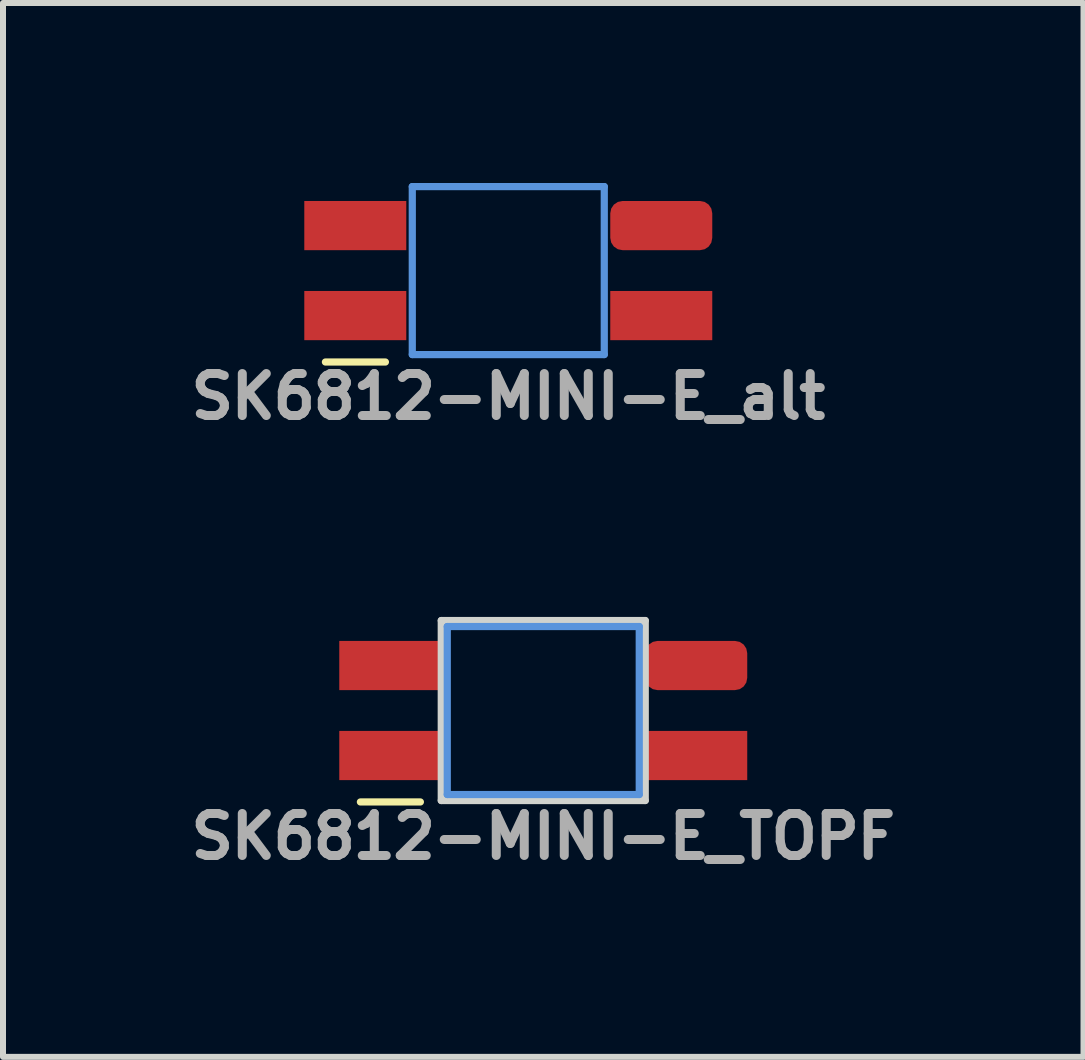
<source format=kicad_pcb>
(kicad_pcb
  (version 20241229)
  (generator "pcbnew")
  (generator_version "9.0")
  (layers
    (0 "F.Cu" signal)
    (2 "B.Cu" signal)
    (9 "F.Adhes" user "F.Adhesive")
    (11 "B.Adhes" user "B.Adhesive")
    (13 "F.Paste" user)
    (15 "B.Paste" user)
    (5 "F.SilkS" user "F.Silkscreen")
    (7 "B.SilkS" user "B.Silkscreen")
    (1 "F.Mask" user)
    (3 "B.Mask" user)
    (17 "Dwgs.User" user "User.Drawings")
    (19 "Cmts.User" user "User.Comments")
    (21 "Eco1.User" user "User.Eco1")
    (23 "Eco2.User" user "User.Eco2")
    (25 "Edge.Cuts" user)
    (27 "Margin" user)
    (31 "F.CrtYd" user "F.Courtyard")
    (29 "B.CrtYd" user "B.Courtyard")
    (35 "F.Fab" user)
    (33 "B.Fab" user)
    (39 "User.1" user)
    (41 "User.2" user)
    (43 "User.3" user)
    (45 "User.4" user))
  (footprint "SK6812-MINI-E_TOPF"
    (layer "F.Cu")
    (at 6.005 8.793)
    (property "Reference" "SK6812-MINI-E_TOPF" (at 0 2.1 0) (unlocked yes) (layer "F.Fab") (effects (font (size 0.7 0.7) (thickness 0.15))))
    (attr through_hole)
    (fp_line (start -2.048 1.524) (end -3.048 1.524) (stroke (width 0.12) (type solid)) (layer "F.SilkS"))
    (fp_line (start -1.6 -1.4) (end 1.6 -1.4) (stroke (width 0.12) (type solid)) (layer "Cmts.User"))
    (fp_line (start -1.6 1.4) (end -1.6 -1.4) (stroke (width 0.12) (type solid)) (layer "Cmts.User"))
    (fp_line (start 1.6 -1.4) (end 1.6 1.4) (stroke (width 0.12) (type solid)) (layer "Cmts.User"))
    (fp_line (start 1.6 1.4) (end -1.6 1.4) (stroke (width 0.12) (type solid)) (layer "Cmts.User"))
    (fp_line (start -1.7 -1.5) (end 1.7 -1.5) (stroke (width 0.12) (type solid)) (layer "Edge.Cuts"))
    (fp_line (start -1.7 1.5) (end -1.7 -1.5) (stroke (width 0.12) (type solid)) (layer "Edge.Cuts"))
    (fp_line (start 1.7 -1.5) (end 1.7 1.5) (stroke (width 0.12) (type solid)) (layer "Edge.Cuts"))
    (fp_line (start 1.7 1.5) (end -1.7 1.5) (stroke (width 0.12) (type solid)) (layer "Edge.Cuts"))
    (pad "1" smd rect (at -2.55 -0.75) (size 1.7 0.82) (layers "F.Cu" "F.Mask" "F.Paste"))
    (pad "2" smd rect (at -2.55 0.75) (size 1.7 0.82) (layers "F.Cu" "F.Mask" "F.Paste"))
    (pad "3" smd rect (at 2.55 0.75) (size 1.7 0.82) (layers "F.Cu" "F.Mask" "F.Paste"))
    (pad "4" smd roundrect (at 2.55 -0.75) (size 1.7 0.82) (layers "F.Cu" "F.Mask" "F.Paste") (roundrect_rratio 0.25)))
  (footprint "SK6812-MINI-E_alt"
    (layer "F.Cu")
    (at 5.422 1.46)
    (property "Reference" "SK6812-MINI-E_alt" (at 0 2.1 0) (unlocked yes) (layer "F.Fab") (effects (font (size 0.7 0.7) (thickness 0.15))))
    (attr through_hole)
    (fp_line (start -2.048 1.524) (end -3.048 1.524) (stroke (width 0.12) (type solid)) (layer "F.SilkS"))
    (fp_line (start -1.6 -1.4) (end 1.6 -1.4) (stroke (width 0.12) (type solid)) (layer "Cmts.User"))
    (fp_line (start -1.6 1.4) (end -1.6 -1.4) (stroke (width 0.12) (type solid)) (layer "Cmts.User"))
    (fp_line (start 1.6 -1.4) (end 1.6 1.4) (stroke (width 0.12) (type solid)) (layer "Cmts.User"))
    (fp_line (start 1.6 1.4) (end -1.6 1.4) (stroke (width 0.12) (type solid)) (layer "Cmts.User"))
    (pad "1" smd rect (at -2.55 0.75) (size 1.7 0.82) (layers "F.Cu" "F.Mask" "F.Paste"))
    (pad "2" smd rect (at -2.55 -0.75) (size 1.7 0.82) (layers "F.Cu" "F.Mask" "F.Paste"))
    (pad "3" smd roundrect (at 2.55 -0.75) (size 1.7 0.82) (layers "F.Cu" "F.Mask" "F.Paste") (roundrect_rratio 0.25))
    (pad "4" smd rect (at 2.55 0.75) (size 1.7 0.82) (layers "F.Cu" "F.Mask" "F.Paste")))
  (gr_rect
    (start -3 -3)
    (end 15.01 14.566)
    (stroke (width 0.1) (type default))
    (fill no)
    (layer "Edge.Cuts")))
</source>
